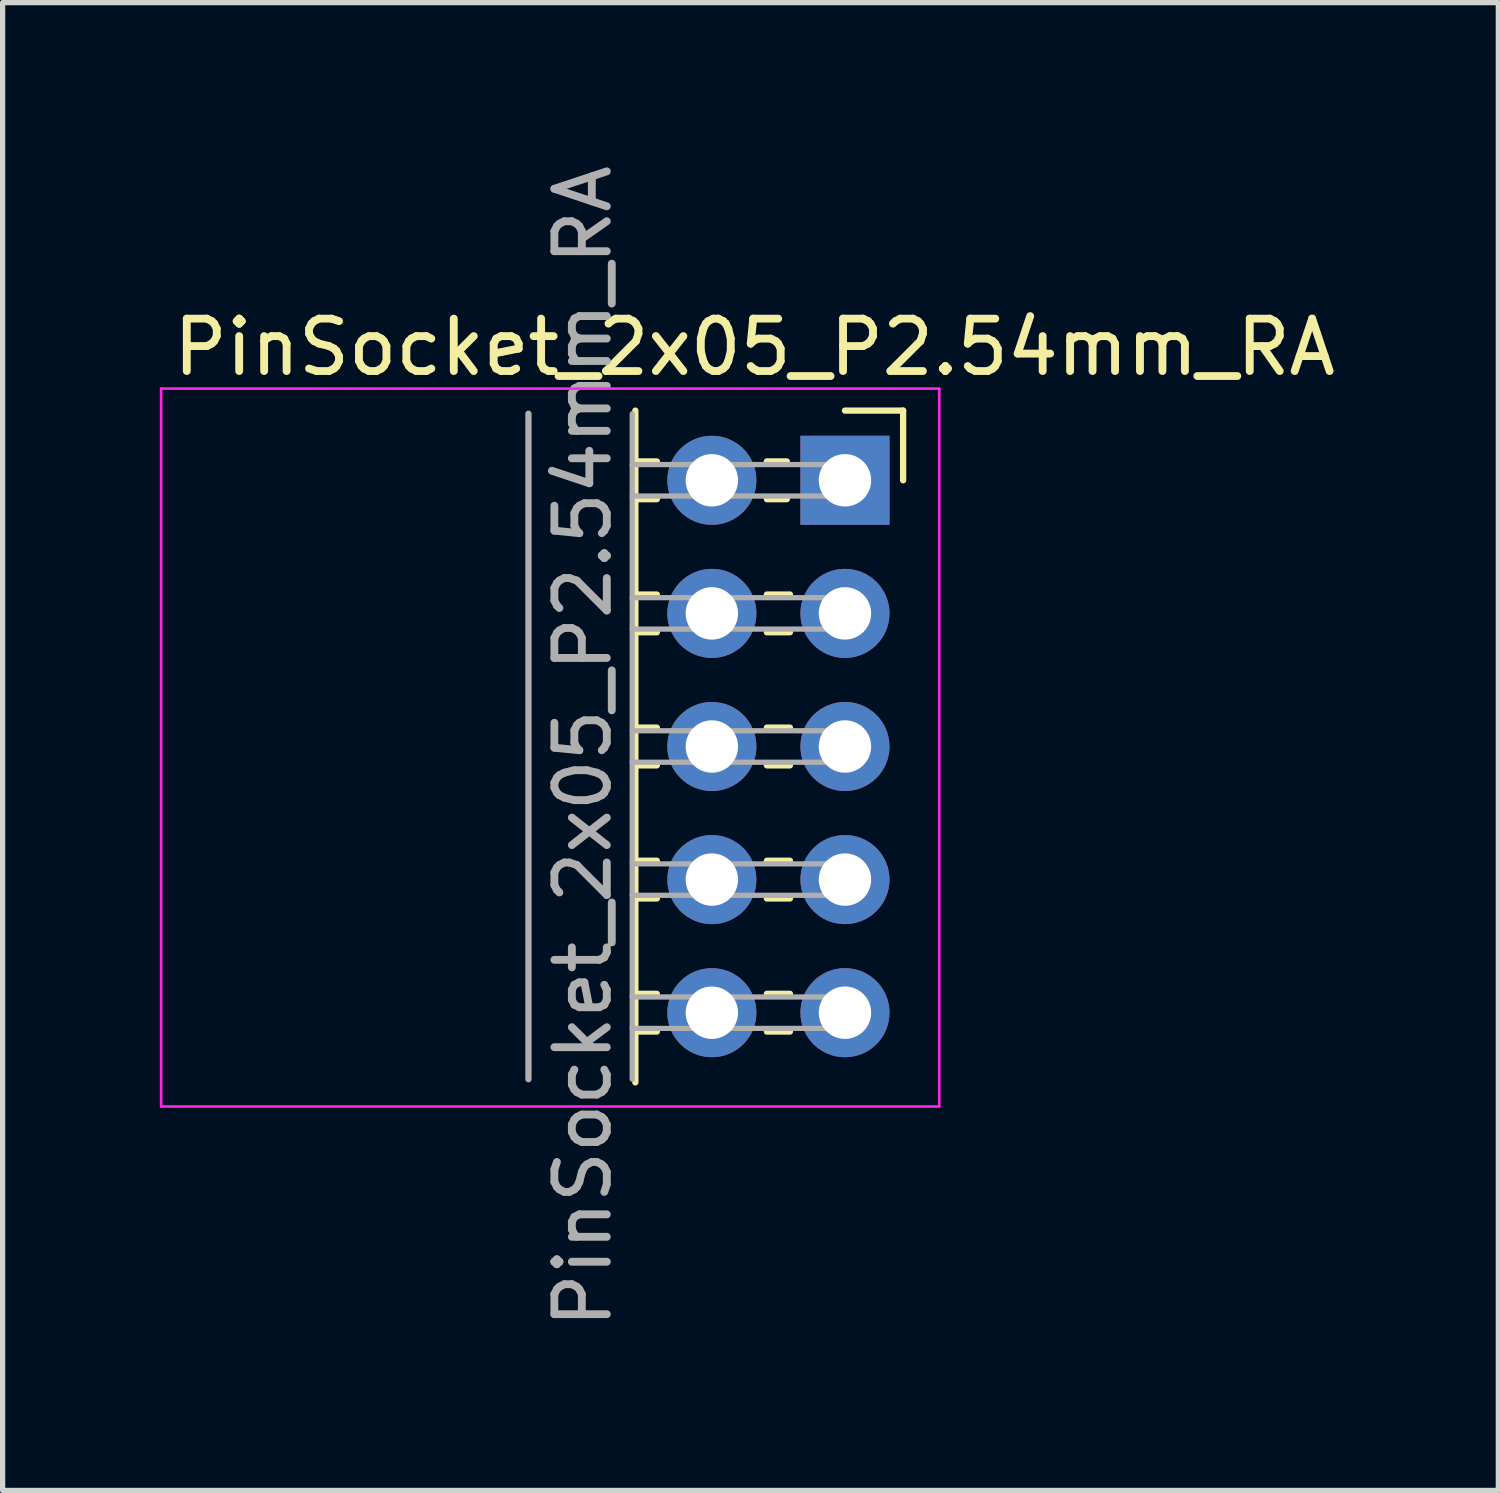
<source format=kicad_pcb>
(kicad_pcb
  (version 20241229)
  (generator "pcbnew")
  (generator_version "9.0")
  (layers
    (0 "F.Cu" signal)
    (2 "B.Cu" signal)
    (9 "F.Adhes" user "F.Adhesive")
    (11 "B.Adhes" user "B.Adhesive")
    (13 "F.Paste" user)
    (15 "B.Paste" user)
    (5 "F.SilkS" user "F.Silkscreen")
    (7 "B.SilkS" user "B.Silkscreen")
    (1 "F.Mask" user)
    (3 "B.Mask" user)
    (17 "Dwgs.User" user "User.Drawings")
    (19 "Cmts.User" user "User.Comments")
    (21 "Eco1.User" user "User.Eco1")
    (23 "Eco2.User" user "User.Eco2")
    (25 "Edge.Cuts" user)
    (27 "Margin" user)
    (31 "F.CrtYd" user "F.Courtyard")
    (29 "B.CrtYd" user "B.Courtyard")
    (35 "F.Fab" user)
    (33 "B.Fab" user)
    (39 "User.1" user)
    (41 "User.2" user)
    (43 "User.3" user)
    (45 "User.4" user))
  (footprint "PinSocket_2x05_P2.54mm_RA"
    (layer "F.Cu")
    (at 13.075 6.116)
    (property "Reference" "PinSocket_2x05_P2.54mm_RA" (at -1.727 -2.54 0) (layer "F.SilkS") (effects (font (size 1 1) (thickness 0.15))))
    (attr through_hole)
    (fp_line (start -4 -1.33) (end -4 11.49) (stroke (width 0.12) (type solid)) (layer "F.SilkS"))
    (fp_line (start -4 -0.36) (end -3.59 -0.36) (stroke (width 0.12) (type solid)) (layer "F.SilkS"))
    (fp_line (start -4 0.36) (end -3.59 0.36) (stroke (width 0.12) (type solid)) (layer "F.SilkS"))
    (fp_line (start -4 2.18) (end -3.59 2.18) (stroke (width 0.12) (type solid)) (layer "F.SilkS"))
    (fp_line (start -4 2.9) (end -3.59 2.9) (stroke (width 0.12) (type solid)) (layer "F.SilkS"))
    (fp_line (start -4 4.72) (end -3.59 4.72) (stroke (width 0.12) (type solid)) (layer "F.SilkS"))
    (fp_line (start -4 5.44) (end -3.59 5.44) (stroke (width 0.12) (type solid)) (layer "F.SilkS"))
    (fp_line (start -4 7.26) (end -3.59 7.26) (stroke (width 0.12) (type solid)) (layer "F.SilkS"))
    (fp_line (start -4 7.98) (end -3.59 7.98) (stroke (width 0.12) (type solid)) (layer "F.SilkS"))
    (fp_line (start -4 9.8) (end -3.59 9.8) (stroke (width 0.12) (type solid)) (layer "F.SilkS"))
    (fp_line (start -4 10.52) (end -3.59 10.52) (stroke (width 0.12) (type solid)) (layer "F.SilkS"))
    (fp_line (start -1.49 -0.36) (end -1.11 -0.36) (stroke (width 0.12) (type solid)) (layer "F.SilkS"))
    (fp_line (start -1.49 0.36) (end -1.11 0.36) (stroke (width 0.12) (type solid)) (layer "F.SilkS"))
    (fp_line (start -1.49 2.18) (end -1.05 2.18) (stroke (width 0.12) (type solid)) (layer "F.SilkS"))
    (fp_line (start -1.49 2.9) (end -1.05 2.9) (stroke (width 0.12) (type solid)) (layer "F.SilkS"))
    (fp_line (start -1.49 4.72) (end -1.05 4.72) (stroke (width 0.12) (type solid)) (layer "F.SilkS"))
    (fp_line (start -1.49 5.44) (end -1.05 5.44) (stroke (width 0.12) (type solid)) (layer "F.SilkS"))
    (fp_line (start -1.49 7.26) (end -1.05 7.26) (stroke (width 0.12) (type solid)) (layer "F.SilkS"))
    (fp_line (start -1.49 7.98) (end -1.05 7.98) (stroke (width 0.12) (type solid)) (layer "F.SilkS"))
    (fp_line (start -1.49 9.8) (end -1.05 9.8) (stroke (width 0.12) (type solid)) (layer "F.SilkS"))
    (fp_line (start -1.49 10.52) (end -1.05 10.52) (stroke (width 0.12) (type solid)) (layer "F.SilkS"))
    (fp_line (start 0 -1.33) (end 1.11 -1.33) (stroke (width 0.12) (type solid)) (layer "F.SilkS"))
    (fp_line (start 1.11 -1.33) (end 1.11 0) (stroke (width 0.12) (type solid)) (layer "F.SilkS"))
    (fp_line (start -13.05 -1.75) (end -13.05 11.95) (stroke (width 0.05) (type solid)) (layer "F.CrtYd"))
    (fp_line (start -13.05 11.95) (end 1.8 11.95) (stroke (width 0.05) (type solid)) (layer "F.CrtYd"))
    (fp_line (start 1.8 -1.75) (end -13.05 -1.75) (stroke (width 0.05) (type solid)) (layer "F.CrtYd"))
    (fp_line (start 1.8 11.95) (end 1.8 -1.75) (stroke (width 0.05) (type solid)) (layer "F.CrtYd"))
    (fp_line (start -6.04 -1.27) (end -6.04 11.43) (stroke (width 0.12) (type solid)) (layer "F.Fab"))
    (fp_line (start -4.06 -1.27) (end -4.06 11.43) (stroke (width 0.1) (type solid)) (layer "F.Fab"))
    (fp_line (start -4.06 0.3) (end 0 0.3) (stroke (width 0.1) (type solid)) (layer "F.Fab"))
    (fp_line (start -4.06 2.84) (end 0 2.84) (stroke (width 0.1) (type solid)) (layer "F.Fab"))
    (fp_line (start -4.06 5.38) (end 0 5.38) (stroke (width 0.1) (type solid)) (layer "F.Fab"))
    (fp_line (start -4.06 7.92) (end 0 7.92) (stroke (width 0.1) (type solid)) (layer "F.Fab"))
    (fp_line (start -4.06 10.46) (end 0 10.46) (stroke (width 0.1) (type solid)) (layer "F.Fab"))
    (fp_line (start 0 -0.3) (end -4.06 -0.3) (stroke (width 0.1) (type solid)) (layer "F.Fab"))
    (fp_line (start 0 0.3) (end 0 -0.3) (stroke (width 0.1) (type solid)) (layer "F.Fab"))
    (fp_line (start 0 2.24) (end -4.06 2.24) (stroke (width 0.1) (type solid)) (layer "F.Fab"))
    (fp_line (start 0 2.84) (end 0 2.24) (stroke (width 0.1) (type solid)) (layer "F.Fab"))
    (fp_line (start 0 4.78) (end -4.06 4.78) (stroke (width 0.1) (type solid)) (layer "F.Fab"))
    (fp_line (start 0 5.38) (end 0 4.78) (stroke (width 0.1) (type solid)) (layer "F.Fab"))
    (fp_line (start 0 7.32) (end -4.06 7.32) (stroke (width 0.1) (type solid)) (layer "F.Fab"))
    (fp_line (start 0 7.92) (end 0 7.32) (stroke (width 0.1) (type solid)) (layer "F.Fab"))
    (fp_line (start 0 9.86) (end -4.06 9.86) (stroke (width 0.1) (type solid)) (layer "F.Fab"))
    (fp_line (start 0 10.46) (end 0 9.86) (stroke (width 0.1) (type solid)) (layer "F.Fab"))
    (fp_text user "${REFERENCE}" (at -5 5.08 90) (layer "F.Fab") (effects (font (size 1 1) (thickness 0.15))))
    (pad "1" thru_hole rect (at 0 0) (size 1.7 1.7) (drill 1) (layers "*.Cu" "*.Mask"))
    (pad "2" thru_hole oval (at -2.54 0) (size 1.7 1.7) (drill 1) (layers "*.Cu" "*.Mask"))
    (pad "3" thru_hole oval (at 0 2.54) (size 1.7 1.7) (drill 1) (layers "*.Cu" "*.Mask"))
    (pad "4" thru_hole oval (at -2.54 2.54) (size 1.7 1.7) (drill 1) (layers "*.Cu" "*.Mask"))
    (pad "5" thru_hole oval (at 0 5.08) (size 1.7 1.7) (drill 1) (layers "*.Cu" "*.Mask"))
    (pad "6" thru_hole oval (at -2.54 5.08) (size 1.7 1.7) (drill 1) (layers "*.Cu" "*.Mask"))
    (pad "7" thru_hole oval (at 0 7.62) (size 1.7 1.7) (drill 1) (layers "*.Cu" "*.Mask"))
    (pad "8" thru_hole oval (at -2.54 7.62) (size 1.7 1.7) (drill 1) (layers "*.Cu" "*.Mask"))
    (pad "9" thru_hole oval (at 0 10.16) (size 1.7 1.7) (drill 1) (layers "*.Cu" "*.Mask"))
    (pad "10" thru_hole oval (at -2.54 10.16) (size 1.7 1.7) (drill 1) (layers "*.Cu" "*.Mask")))
  (gr_rect
    (start -3 -3)
    (end 25.544 25.393)
    (stroke (width 0.1) (type default))
    (fill no)
    (layer "Edge.Cuts")))
</source>
